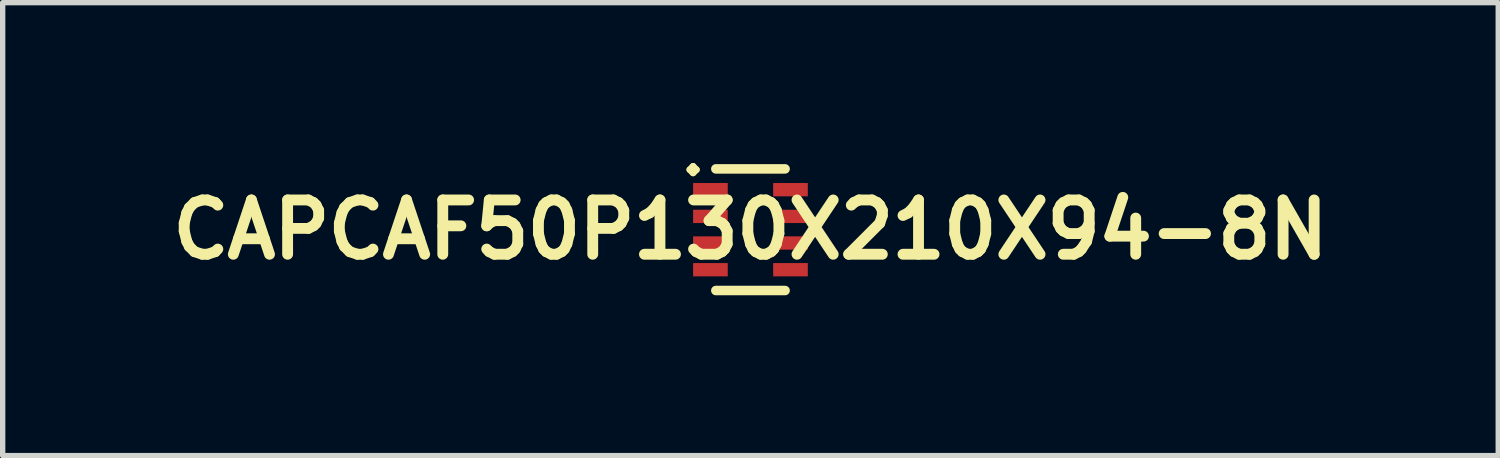
<source format=kicad_pcb>
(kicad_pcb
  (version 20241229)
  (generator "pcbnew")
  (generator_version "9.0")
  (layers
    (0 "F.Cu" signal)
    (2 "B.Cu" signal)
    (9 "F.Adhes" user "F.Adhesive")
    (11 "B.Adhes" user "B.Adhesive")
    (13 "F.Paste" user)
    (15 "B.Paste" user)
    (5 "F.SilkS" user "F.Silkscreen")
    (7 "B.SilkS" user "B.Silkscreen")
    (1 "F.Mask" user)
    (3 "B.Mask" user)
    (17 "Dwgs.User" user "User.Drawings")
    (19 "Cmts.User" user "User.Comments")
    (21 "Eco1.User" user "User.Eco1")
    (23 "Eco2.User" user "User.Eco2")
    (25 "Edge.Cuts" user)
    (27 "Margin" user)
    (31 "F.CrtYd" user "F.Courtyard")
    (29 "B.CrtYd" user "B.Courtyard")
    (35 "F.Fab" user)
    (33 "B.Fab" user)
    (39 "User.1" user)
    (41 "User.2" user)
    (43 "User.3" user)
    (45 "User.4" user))
  (footprint "CAPCAF50P130X210X94-8N"
    (layer "F.Cu")
    (at 10.992 1.248)
    (property "Reference" "CAPCAF50P130X210X94-8N" (at 0 0 0) (layer "F.SilkS") (effects (font (size 1.016 1.016) (thickness 0.203))))
    (attr smd)
    (fp_line (start -1.135 -1.123) (end -1.074 -1.186) (stroke (width 0.124) (type solid)) (layer "F.SilkS"))
    (fp_line (start -1.074 -1.186) (end -1.011 -1.123) (stroke (width 0.124) (type solid)) (layer "F.SilkS"))
    (fp_line (start -1.074 -1.062) (end -1.135 -1.123) (stroke (width 0.124) (type solid)) (layer "F.SilkS"))
    (fp_line (start -1.011 -1.123) (end -1.074 -1.062) (stroke (width 0.124) (type solid)) (layer "F.SilkS"))
    (fp_line (start -0.648 -1.138) (end 0.648 -1.138) (stroke (width 0.178) (type solid)) (layer "F.SilkS"))
    (fp_line (start -0.648 1.138) (end 0.648 1.138) (stroke (width 0.178) (type solid)) (layer "F.SilkS"))
    (pad "1" smd rect (at -0.749 -0.749) (size 0.648 0.249) (layers "F.Cu" "F.Mask" "F.Paste"))
    (pad "2" smd rect (at -0.749 -0.249) (size 0.648 0.249) (layers "F.Cu" "F.Mask" "F.Paste"))
    (pad "3" smd rect (at -0.749 0.249) (size 0.648 0.249) (layers "F.Cu" "F.Mask" "F.Paste"))
    (pad "4" smd rect (at -0.749 0.749) (size 0.648 0.249) (layers "F.Cu" "F.Mask" "F.Paste"))
    (pad "5" smd rect (at 0.749 0.749) (size 0.648 0.249) (layers "F.Cu" "F.Mask" "F.Paste"))
    (pad "6" smd rect (at 0.749 0.249) (size 0.648 0.249) (layers "F.Cu" "F.Mask" "F.Paste"))
    (pad "7" smd rect (at 0.749 -0.249) (size 0.648 0.249) (layers "F.Cu" "F.Mask" "F.Paste"))
    (pad "8" smd rect (at 0.749 -0.749) (size 0.648 0.249) (layers "F.Cu" "F.Mask" "F.Paste")))
  (gr_rect
    (start -3 -3)
    (end 24.984 5.475)
    (stroke (width 0.1) (type default))
    (fill no)
    (layer "Edge.Cuts")))
</source>
